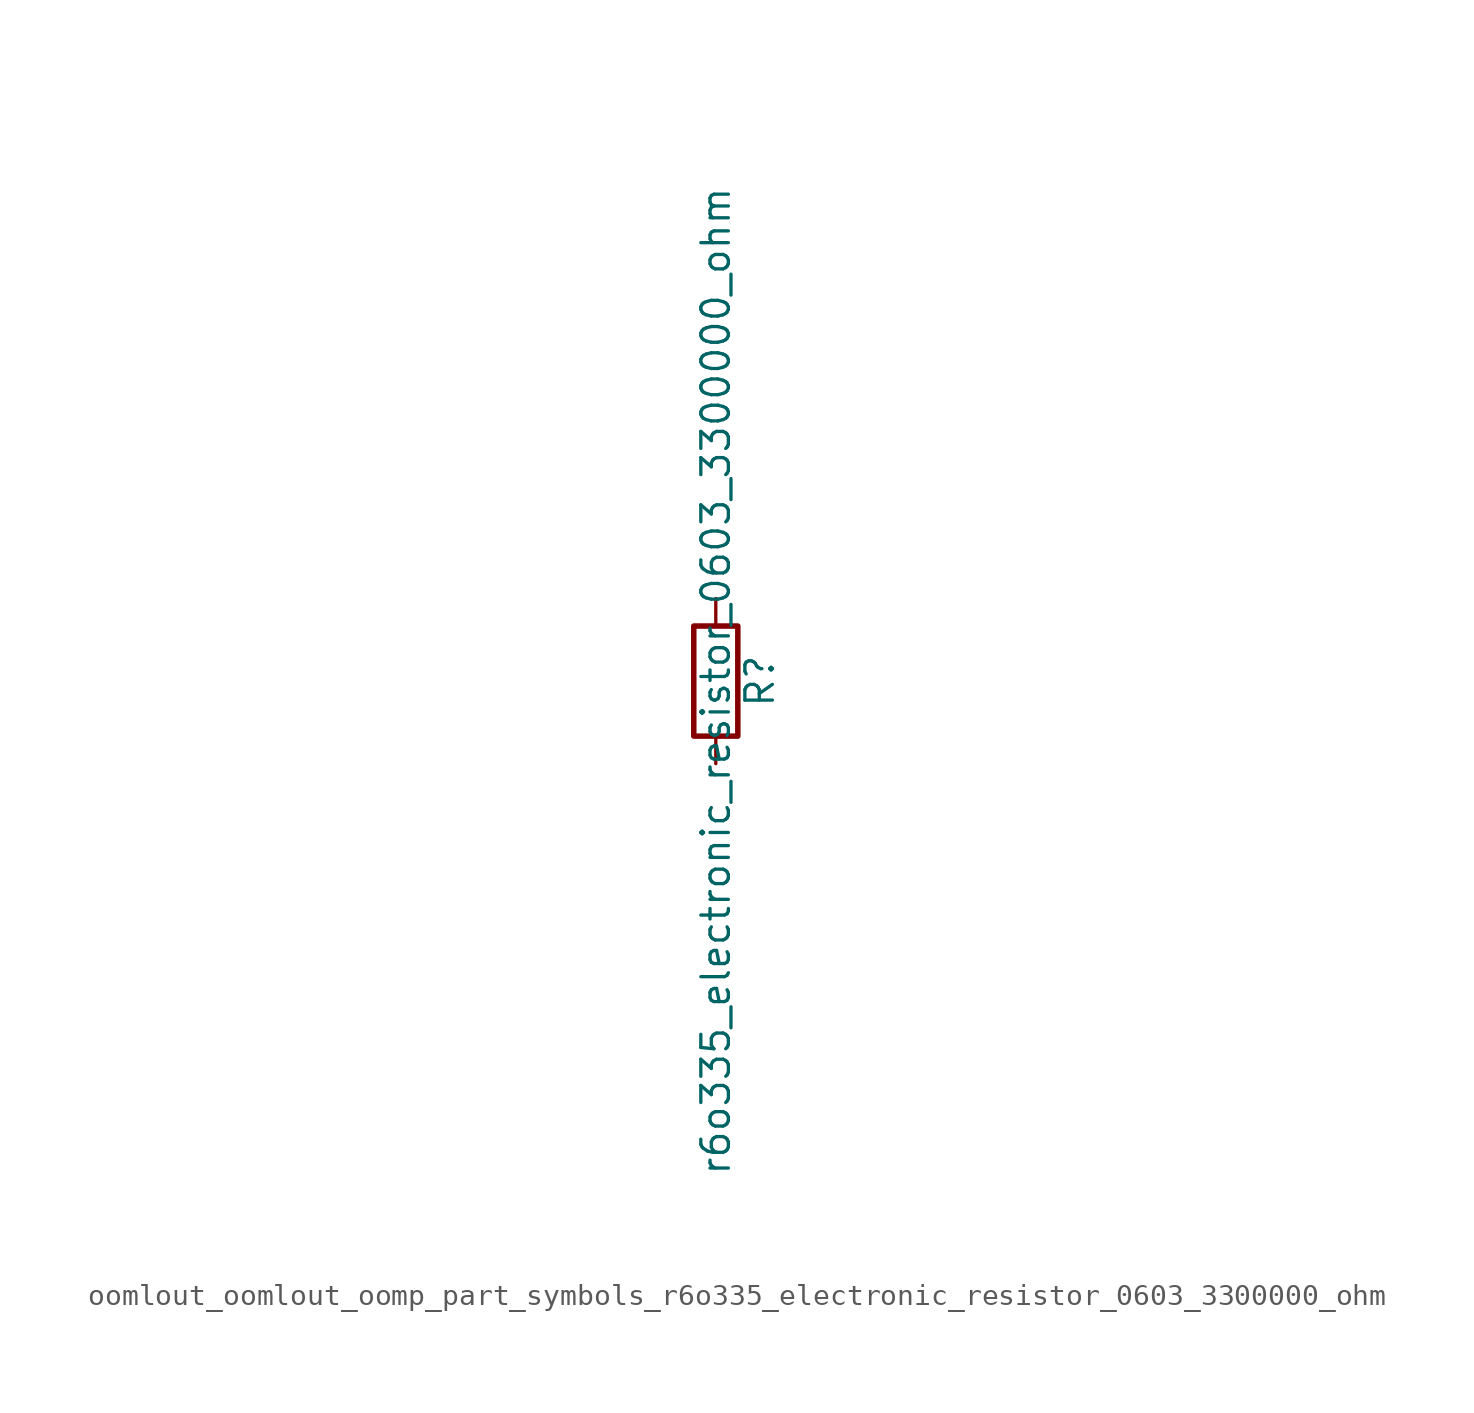
<source format=kicad_sym>
(kicad_symbol_lib
  (version 20220914)
  (generator kicad_symbol_editor)
  (symbol "oomlout_oomlout_oomp_part_symbols_r6o335_electronic_resistor_0603_3300000_ohm"
    (pin_numbers hide)
    (pin_names
      (offset 0))
    (property "Reference" "R"
      (at 2.032 0 90)
      (effects (font (size 1.27 1.27))))
    (property "Value" "r6o335_electronic_resistor_0603_3300000_ohm"
      (at 0 0 90)
      (effects (font (size 1.27 1.27))))
    (symbol "oomlout_oomlout_oomp_part_symbols_r6o335_electronic_resistor_0603_3300000_ohm_0_1"
      (rectangle (start -1.016 -2.54) (end 1.016 2.54) (stroke (width 0.254) (type default)) (fill (type none))))
    (symbol "oomlout_oomlout_oomp_part_symbols_r6o335_electronic_resistor_0603_3300000_ohm_1_1"
      (pin passive line (at 0 3.81 270) (length 1.27) (name "~" (effects (font (size 1.27 1.27)))) (number "1" (effects (font (size 1.27 1.27)))))
      (pin passive line (at 0 -3.81 90) (length 1.27) (name "~" (effects (font (size 1.27 1.27)))) (number "2" (effects (font (size 1.27 1.27))))))))
</source>
